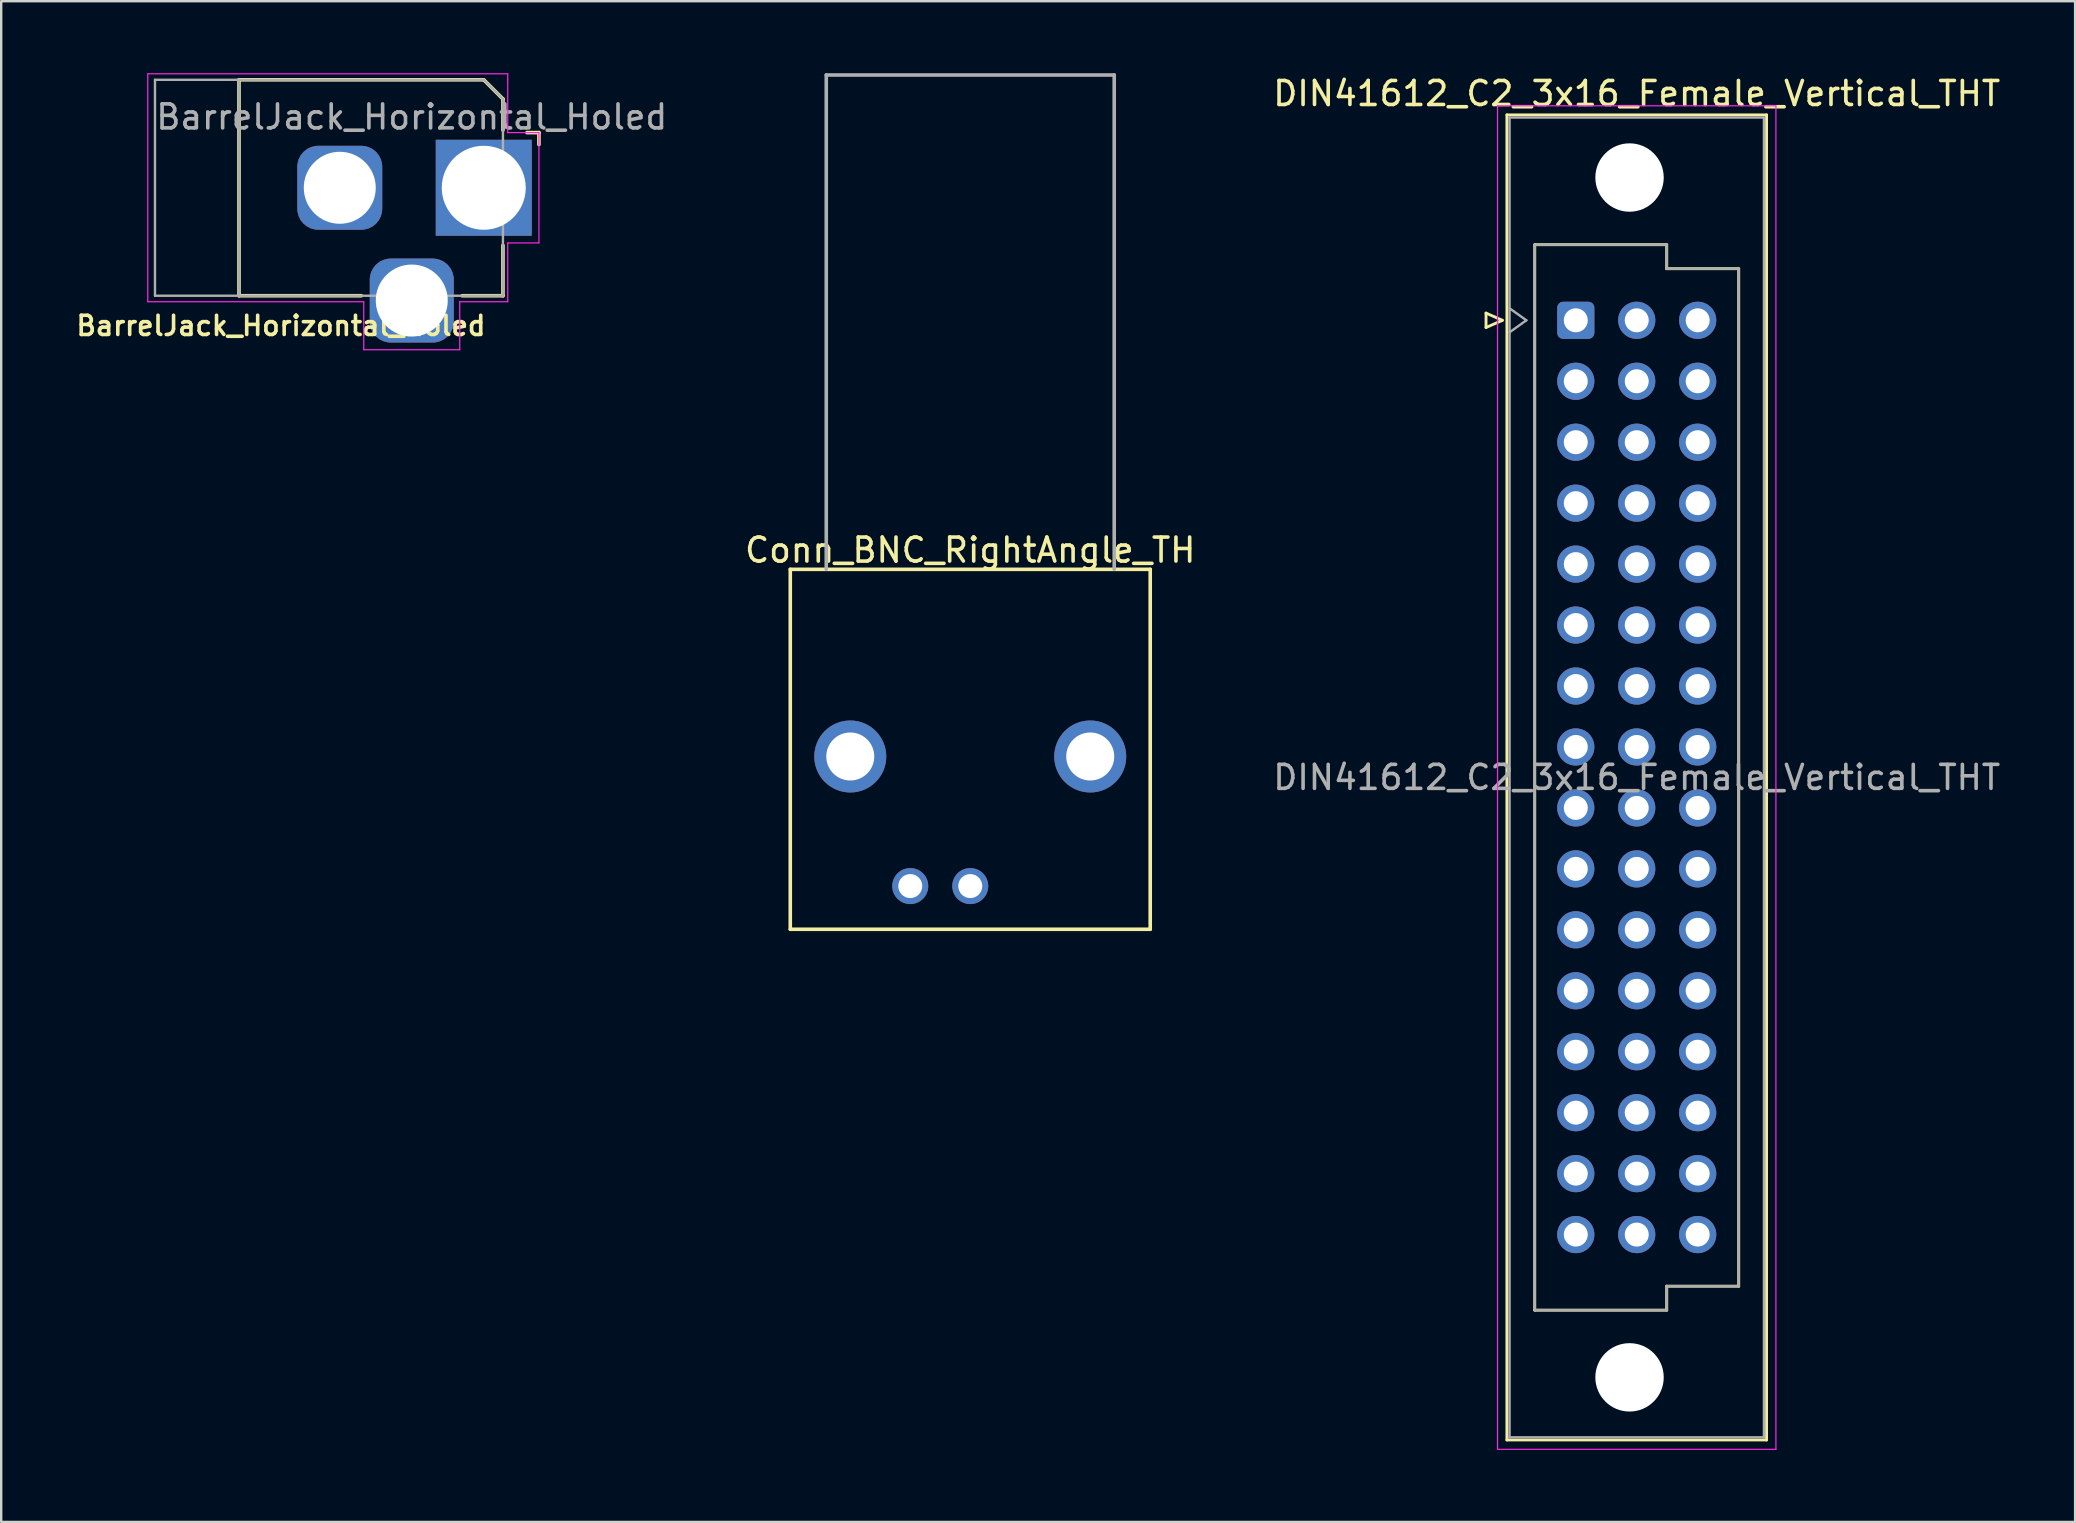
<source format=kicad_pcb>
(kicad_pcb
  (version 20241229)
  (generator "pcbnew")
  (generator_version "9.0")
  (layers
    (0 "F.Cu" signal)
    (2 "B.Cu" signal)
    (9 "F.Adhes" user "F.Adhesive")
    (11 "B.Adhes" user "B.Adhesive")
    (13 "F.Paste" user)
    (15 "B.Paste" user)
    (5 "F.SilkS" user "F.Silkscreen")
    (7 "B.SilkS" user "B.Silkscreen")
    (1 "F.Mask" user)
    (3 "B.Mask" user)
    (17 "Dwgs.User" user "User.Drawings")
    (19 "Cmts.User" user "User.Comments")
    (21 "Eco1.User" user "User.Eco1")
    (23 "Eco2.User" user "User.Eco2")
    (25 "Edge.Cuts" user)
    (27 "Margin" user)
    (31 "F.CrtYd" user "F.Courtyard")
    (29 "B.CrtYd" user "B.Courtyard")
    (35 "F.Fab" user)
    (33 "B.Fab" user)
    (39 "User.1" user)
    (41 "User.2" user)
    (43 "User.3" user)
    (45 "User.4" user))
  (footprint "Conn_BNC_RightAngle_TH"
    (layer "F.Cu")
    (at 37.383 28.475)
    (property "Reference" "Conn_BNC_RightAngle_TH" (at 0 -8.6 0) (layer "F.SilkS") (effects (font (size 1 1) (thickness 0.15))))
    (attr through_hole)
    (fp_line (start -7.5 -7.8) (end 7.5 -7.8) (stroke (width 0.15) (type solid)) (layer "F.SilkS"))
    (fp_line (start -7.5 7.2) (end -7.5 -7.8) (stroke (width 0.15) (type solid)) (layer "F.SilkS"))
    (fp_line (start -7.5 7.2) (end 7.5 7.2) (stroke (width 0.15) (type solid)) (layer "F.SilkS"))
    (fp_line (start 7.5 -7.8) (end 7.5 7.2) (stroke (width 0.15) (type solid)) (layer "F.SilkS"))
    (fp_line (start -6 -28.4) (end 6 -28.4) (stroke (width 0.15) (type solid)) (layer "F.Fab"))
    (fp_line (start -6 -7.8) (end -6 -28.4) (stroke (width 0.15) (type solid)) (layer "F.Fab"))
    (fp_line (start 6 -7.8) (end 6 -28.4) (stroke (width 0.15) (type solid)) (layer "F.Fab"))
    (pad "1" thru_hole circle (at 0 5.4) (size 1.5 1.5) (drill 1) (layers "*.Cu" "*.Mask"))
    (pad "2" thru_hole circle (at -2.5 5.4) (size 1.5 1.5) (drill 1) (layers "*.Cu" "*.Mask"))
    (pad "S" thru_hole circle (at -5 0) (size 3 3) (drill 2) (layers "*.Cu" "*.Mask"))
    (pad "S" thru_hole circle (at 5 0) (size 3 3) (drill 2) (layers "*.Cu" "*.Mask")))
  (footprint "BarrelJack_Horizontal_Holed"
    (layer "F.Cu")
    (at 17.109 4.775)
    (property "Reference" "BarrelJack_Horizontal_Holed" (at -8.45 5.75 0) (layer "F.SilkS") (effects (font (size 0.8 0.8) (thickness 0.15))))
    (attr through_hole)
    (fp_line (start -10.2 -4.5) (end 0 -4.5) (stroke (width 0.15) (type solid)) (layer "F.SilkS"))
    (fp_line (start -10.2 4.5) (end -10.2 -4.5) (stroke (width 0.15) (type solid)) (layer "F.SilkS"))
    (fp_line (start -5.1 4.5) (end -10.2 4.5) (stroke (width 0.15) (type solid)) (layer "F.SilkS"))
    (fp_line (start 0 -4.5) (end 0.8 -3.7) (stroke (width 0.15) (type default)) (layer "F.SilkS"))
    (fp_line (start 0.8 -3.7) (end 0.8 -2.4) (stroke (width 0.15) (type solid)) (layer "F.SilkS"))
    (fp_line (start 0.8 2.4) (end 0.8 4.5) (stroke (width 0.15) (type solid)) (layer "F.SilkS"))
    (fp_line (start 0.8 4.5) (end -0.9 4.5) (stroke (width 0.15) (type solid)) (layer "F.SilkS"))
    (fp_line (start 2.3 -2.3) (end 1.8 -2.3) (stroke (width 0.15) (type default)) (layer "F.SilkS"))
    (fp_line (start 2.3 -2.3) (end 2.3 -1.8) (stroke (width 0.15) (type default)) (layer "F.SilkS"))
    (fp_line (start -14 4.75) (end -14 -4.75) (stroke (width 0.05) (type solid)) (layer "F.CrtYd"))
    (fp_line (start -5 4.75) (end -14 4.75) (stroke (width 0.05) (type solid)) (layer "F.CrtYd"))
    (fp_line (start -5 6.75) (end -5 4.75) (stroke (width 0.05) (type solid)) (layer "F.CrtYd"))
    (fp_line (start -1 4.75) (end -1 6.75) (stroke (width 0.05) (type solid)) (layer "F.CrtYd"))
    (fp_line (start -1 6.75) (end -5 6.75) (stroke (width 0.05) (type solid)) (layer "F.CrtYd"))
    (fp_line (start 1 -4.75) (end -14 -4.75) (stroke (width 0.05) (type solid)) (layer "F.CrtYd"))
    (fp_line (start 1 -4.5) (end 1 -4.75) (stroke (width 0.05) (type solid)) (layer "F.CrtYd"))
    (fp_line (start 1 -4.5) (end 1 -2.3) (stroke (width 0.05) (type solid)) (layer "F.CrtYd"))
    (fp_line (start 1 -2.3) (end 2.3 -2.3) (stroke (width 0.05) (type solid)) (layer "F.CrtYd"))
    (fp_line (start 1 2.3) (end 1 4.75) (stroke (width 0.05) (type solid)) (layer "F.CrtYd"))
    (fp_line (start 1 4.75) (end -1 4.75) (stroke (width 0.05) (type solid)) (layer "F.CrtYd"))
    (fp_line (start 2.3 -2.3) (end 2.3 2.3) (stroke (width 0.05) (type solid)) (layer "F.CrtYd"))
    (fp_line (start 2.3 2.3) (end 1 2.3) (stroke (width 0.05) (type solid)) (layer "F.CrtYd"))
    (fp_line (start -13.7 -4.5) (end -13.7 4.5) (stroke (width 0.1) (type solid)) (layer "F.Fab"))
    (fp_line (start -13.7 4.5) (end 0.8 4.5) (stroke (width 0.1) (type solid)) (layer "F.Fab"))
    (fp_line (start -10.2 -4.5) (end -10.2 4.5) (stroke (width 0.1) (type solid)) (layer "F.Fab"))
    (fp_line (start -0.003 -4.505) (end 0.8 -3.7) (stroke (width 0.1) (type solid)) (layer "F.Fab"))
    (fp_line (start 0 -4.5) (end -13.7 -4.5) (stroke (width 0.1) (type solid)) (layer "F.Fab"))
    (fp_line (start 0.8 4.5) (end 0.8 -3.7) (stroke (width 0.1) (type solid)) (layer "F.Fab"))
    (fp_text user "${REFERENCE}" (at -3 -2.95 0) (layer "F.Fab") (effects (font (size 1 1) (thickness 0.15))))
    (pad "1" thru_hole rect (at 0 0) (size 4 4) (drill 3.5) (layers "*.Cu" "*.Mask"))
    (pad "2" thru_hole roundrect (at -6 0) (size 3.54 3.5) (drill 3) (layers "*.Cu" "*.Mask") (roundrect_rratio 0.25))
    (pad "3" thru_hole roundrect (at -3 4.7) (size 3.5 3.5) (drill 3) (layers "*.Cu" "*.Mask") (roundrect_rratio 0.25)))
  (footprint "DIN41612_C2_3x16_Female_Vertical_THT"
    (layer "F.Cu")
    (at 62.617 10.298)
    (property "Reference" "DIN41612_C2_3x16_Female_Vertical_THT" (at 2.54 -9.45 0) (layer "F.SilkS") (effects (font (size 1 1) (thickness 0.15))))
    (attr through_hole)
    (fp_line (start -3.74 -0.3) (end -3.74 0.3) (stroke (width 0.12) (type solid)) (layer "F.SilkS"))
    (fp_line (start -3.74 0.3) (end -3.06 0) (stroke (width 0.12) (type solid)) (layer "F.SilkS"))
    (fp_line (start -3.06 0) (end -3.74 -0.3) (stroke (width 0.12) (type solid)) (layer "F.SilkS"))
    (fp_line (start -2.87 -8.56) (end 7.95 -8.56) (stroke (width 0.12) (type solid)) (layer "F.SilkS"))
    (fp_line (start -2.87 46.66) (end -2.87 -8.56) (stroke (width 0.12) (type solid)) (layer "F.SilkS"))
    (fp_line (start -1.71 -3.15) (end 3.79 -3.15) (stroke (width 0.12) (type solid)) (layer "F.SilkS"))
    (fp_line (start -1.71 41.25) (end -1.71 -3.15) (stroke (width 0.12) (type solid)) (layer "F.SilkS"))
    (fp_line (start 3.79 -3.15) (end 3.79 -2.15) (stroke (width 0.12) (type solid)) (layer "F.SilkS"))
    (fp_line (start 3.79 -2.15) (end 6.79 -2.15) (stroke (width 0.12) (type solid)) (layer "F.SilkS"))
    (fp_line (start 3.79 40.25) (end 3.79 41.25) (stroke (width 0.12) (type solid)) (layer "F.SilkS"))
    (fp_line (start 3.79 41.25) (end -1.71 41.25) (stroke (width 0.12) (type solid)) (layer "F.SilkS"))
    (fp_line (start 6.79 -2.15) (end 6.79 40.25) (stroke (width 0.12) (type solid)) (layer "F.SilkS"))
    (fp_line (start 6.79 40.25) (end 3.79 40.25) (stroke (width 0.12) (type solid)) (layer "F.SilkS"))
    (fp_line (start 7.95 -8.56) (end 7.95 46.66) (stroke (width 0.12) (type solid)) (layer "F.SilkS"))
    (fp_line (start 7.95 46.66) (end -2.87 46.66) (stroke (width 0.12) (type solid)) (layer "F.SilkS"))
    (fp_line (start -3.26 -8.94) (end 8.34 -8.94) (stroke (width 0.05) (type solid)) (layer "F.CrtYd"))
    (fp_line (start -3.26 47.05) (end -3.26 -8.94) (stroke (width 0.05) (type solid)) (layer "F.CrtYd"))
    (fp_line (start 8.34 -8.94) (end 8.34 47.05) (stroke (width 0.05) (type solid)) (layer "F.CrtYd"))
    (fp_line (start 8.34 47.05) (end -3.26 47.05) (stroke (width 0.05) (type solid)) (layer "F.CrtYd"))
    (fp_line (start -2.76 -8.45) (end 7.84 -8.45) (stroke (width 0.1) (type solid)) (layer "F.Fab"))
    (fp_line (start -2.76 -0.5) (end -2.06 0) (stroke (width 0.1) (type solid)) (layer "F.Fab"))
    (fp_line (start -2.76 46.55) (end -2.76 -8.45) (stroke (width 0.1) (type solid)) (layer "F.Fab"))
    (fp_line (start -2.06 0) (end -2.76 0.5) (stroke (width 0.1) (type solid)) (layer "F.Fab"))
    (fp_line (start -1.71 -3.15) (end 3.79 -3.15) (stroke (width 0.1) (type solid)) (layer "F.Fab"))
    (fp_line (start -1.71 41.25) (end -1.71 -3.15) (stroke (width 0.1) (type solid)) (layer "F.Fab"))
    (fp_line (start 3.79 -3.15) (end 3.79 -2.15) (stroke (width 0.1) (type solid)) (layer "F.Fab"))
    (fp_line (start 3.79 -2.15) (end 6.79 -2.15) (stroke (width 0.1) (type solid)) (layer "F.Fab"))
    (fp_line (start 3.79 40.25) (end 3.79 41.25) (stroke (width 0.1) (type solid)) (layer "F.Fab"))
    (fp_line (start 3.79 41.25) (end -1.71 41.25) (stroke (width 0.1) (type solid)) (layer "F.Fab"))
    (fp_line (start 6.79 -2.15) (end 6.79 40.25) (stroke (width 0.1) (type solid)) (layer "F.Fab"))
    (fp_line (start 6.79 40.25) (end 3.79 40.25) (stroke (width 0.1) (type solid)) (layer "F.Fab"))
    (fp_line (start 7.84 -8.45) (end 7.84 46.55) (stroke (width 0.1) (type solid)) (layer "F.Fab"))
    (fp_line (start 7.84 46.55) (end -2.76 46.55) (stroke (width 0.1) (type solid)) (layer "F.Fab"))
    (fp_text user "${REFERENCE}" (at 2.54 19.05 0) (layer "F.Fab") (effects (font (size 1 1) (thickness 0.15))))
    (pad "" np_thru_hole circle (at 2.24 -5.95) (size 2.85 2.85) (drill 2.85) (layers "*.Cu" "*.Mask"))
    (pad "" np_thru_hole circle (at 2.24 44.05) (size 2.85 2.85) (drill 2.85) (layers "*.Cu" "*.Mask"))
    (pad "A1" thru_hole roundrect (at 0 0) (size 1.55 1.55) (drill 1) (layers "*.Cu" "*.Mask") (roundrect_rratio 0.161))
    (pad "A2" thru_hole circle (at 0 2.54) (size 1.55 1.55) (drill 1) (layers "*.Cu" "*.Mask"))
    (pad "A3" thru_hole circle (at 0 5.08) (size 1.55 1.55) (drill 1) (layers "*.Cu" "*.Mask"))
    (pad "A4" thru_hole circle (at 0 7.62) (size 1.55 1.55) (drill 1) (layers "*.Cu" "*.Mask"))
    (pad "A5" thru_hole circle (at 0 10.16) (size 1.55 1.55) (drill 1) (layers "*.Cu" "*.Mask"))
    (pad "A6" thru_hole circle (at 0 12.7) (size 1.55 1.55) (drill 1) (layers "*.Cu" "*.Mask"))
    (pad "A7" thru_hole circle (at 0 15.24) (size 1.55 1.55) (drill 1) (layers "*.Cu" "*.Mask"))
    (pad "A8" thru_hole circle (at 0 17.78) (size 1.55 1.55) (drill 1) (layers "*.Cu" "*.Mask"))
    (pad "A9" thru_hole circle (at 0 20.32) (size 1.55 1.55) (drill 1) (layers "*.Cu" "*.Mask"))
    (pad "A10" thru_hole circle (at 0 22.86) (size 1.55 1.55) (drill 1) (layers "*.Cu" "*.Mask"))
    (pad "A11" thru_hole circle (at 0 25.4) (size 1.55 1.55) (drill 1) (layers "*.Cu" "*.Mask"))
    (pad "A12" thru_hole circle (at 0 27.94) (size 1.55 1.55) (drill 1) (layers "*.Cu" "*.Mask"))
    (pad "A13" thru_hole circle (at 0 30.48) (size 1.55 1.55) (drill 1) (layers "*.Cu" "*.Mask"))
    (pad "A14" thru_hole circle (at 0 33.02) (size 1.55 1.55) (drill 1) (layers "*.Cu" "*.Mask"))
    (pad "A15" thru_hole circle (at 0 35.56) (size 1.55 1.55) (drill 1) (layers "*.Cu" "*.Mask"))
    (pad "A16" thru_hole circle (at 0 38.1) (size 1.55 1.55) (drill 1) (layers "*.Cu" "*.Mask"))
    (pad "B1" thru_hole circle (at 2.54 0) (size 1.55 1.55) (drill 1) (layers "*.Cu" "*.Mask"))
    (pad "B2" thru_hole circle (at 2.54 2.54) (size 1.55 1.55) (drill 1) (layers "*.Cu" "*.Mask"))
    (pad "B3" thru_hole circle (at 2.54 5.08) (size 1.55 1.55) (drill 1) (layers "*.Cu" "*.Mask"))
    (pad "B4" thru_hole circle (at 2.54 7.62) (size 1.55 1.55) (drill 1) (layers "*.Cu" "*.Mask"))
    (pad "B5" thru_hole circle (at 2.54 10.16) (size 1.55 1.55) (drill 1) (layers "*.Cu" "*.Mask"))
    (pad "B6" thru_hole circle (at 2.54 12.7) (size 1.55 1.55) (drill 1) (layers "*.Cu" "*.Mask"))
    (pad "B7" thru_hole circle (at 2.54 15.24) (size 1.55 1.55) (drill 1) (layers "*.Cu" "*.Mask"))
    (pad "B8" thru_hole circle (at 2.54 17.78) (size 1.55 1.55) (drill 1) (layers "*.Cu" "*.Mask"))
    (pad "B9" thru_hole circle (at 2.54 20.32) (size 1.55 1.55) (drill 1) (layers "*.Cu" "*.Mask"))
    (pad "B10" thru_hole circle (at 2.54 22.86) (size 1.55 1.55) (drill 1) (layers "*.Cu" "*.Mask"))
    (pad "B11" thru_hole circle (at 2.54 25.4) (size 1.55 1.55) (drill 1) (layers "*.Cu" "*.Mask"))
    (pad "B12" thru_hole circle (at 2.54 27.94) (size 1.55 1.55) (drill 1) (layers "*.Cu" "*.Mask"))
    (pad "B13" thru_hole circle (at 2.54 30.48) (size 1.55 1.55) (drill 1) (layers "*.Cu" "*.Mask"))
    (pad "B14" thru_hole circle (at 2.54 33.02) (size 1.55 1.55) (drill 1) (layers "*.Cu" "*.Mask"))
    (pad "B15" thru_hole circle (at 2.54 35.56) (size 1.55 1.55) (drill 1) (layers "*.Cu" "*.Mask"))
    (pad "B16" thru_hole circle (at 2.54 38.1) (size 1.55 1.55) (drill 1) (layers "*.Cu" "*.Mask"))
    (pad "C1" thru_hole circle (at 5.08 0) (size 1.55 1.55) (drill 1) (layers "*.Cu" "*.Mask"))
    (pad "C2" thru_hole circle (at 5.08 2.54) (size 1.55 1.55) (drill 1) (layers "*.Cu" "*.Mask"))
    (pad "C3" thru_hole circle (at 5.08 5.08) (size 1.55 1.55) (drill 1) (layers "*.Cu" "*.Mask"))
    (pad "C4" thru_hole circle (at 5.08 7.62) (size 1.55 1.55) (drill 1) (layers "*.Cu" "*.Mask"))
    (pad "C5" thru_hole circle (at 5.08 10.16) (size 1.55 1.55) (drill 1) (layers "*.Cu" "*.Mask"))
    (pad "C6" thru_hole circle (at 5.08 12.7) (size 1.55 1.55) (drill 1) (layers "*.Cu" "*.Mask"))
    (pad "C7" thru_hole circle (at 5.08 15.24) (size 1.55 1.55) (drill 1) (layers "*.Cu" "*.Mask"))
    (pad "C8" thru_hole circle (at 5.08 17.78) (size 1.55 1.55) (drill 1) (layers "*.Cu" "*.Mask"))
    (pad "C9" thru_hole circle (at 5.08 20.32) (size 1.55 1.55) (drill 1) (layers "*.Cu" "*.Mask"))
    (pad "C10" thru_hole circle (at 5.08 22.86) (size 1.55 1.55) (drill 1) (layers "*.Cu" "*.Mask"))
    (pad "C11" thru_hole circle (at 5.08 25.4) (size 1.55 1.55) (drill 1) (layers "*.Cu" "*.Mask"))
    (pad "C12" thru_hole circle (at 5.08 27.94) (size 1.55 1.55) (drill 1) (layers "*.Cu" "*.Mask"))
    (pad "C13" thru_hole circle (at 5.08 30.48) (size 1.55 1.55) (drill 1) (layers "*.Cu" "*.Mask"))
    (pad "C14" thru_hole circle (at 5.08 33.02) (size 1.55 1.55) (drill 1) (layers "*.Cu" "*.Mask"))
    (pad "C15" thru_hole circle (at 5.08 35.56) (size 1.55 1.55) (drill 1) (layers "*.Cu" "*.Mask"))
    (pad "C16" thru_hole circle (at 5.08 38.1) (size 1.55 1.55) (drill 1) (layers "*.Cu" "*.Mask")))
  (gr_rect
    (start -3 -3)
    (end 83.425 60.373)
    (stroke (width 0.1) (type default))
    (fill no)
    (layer "Edge.Cuts")))
</source>
